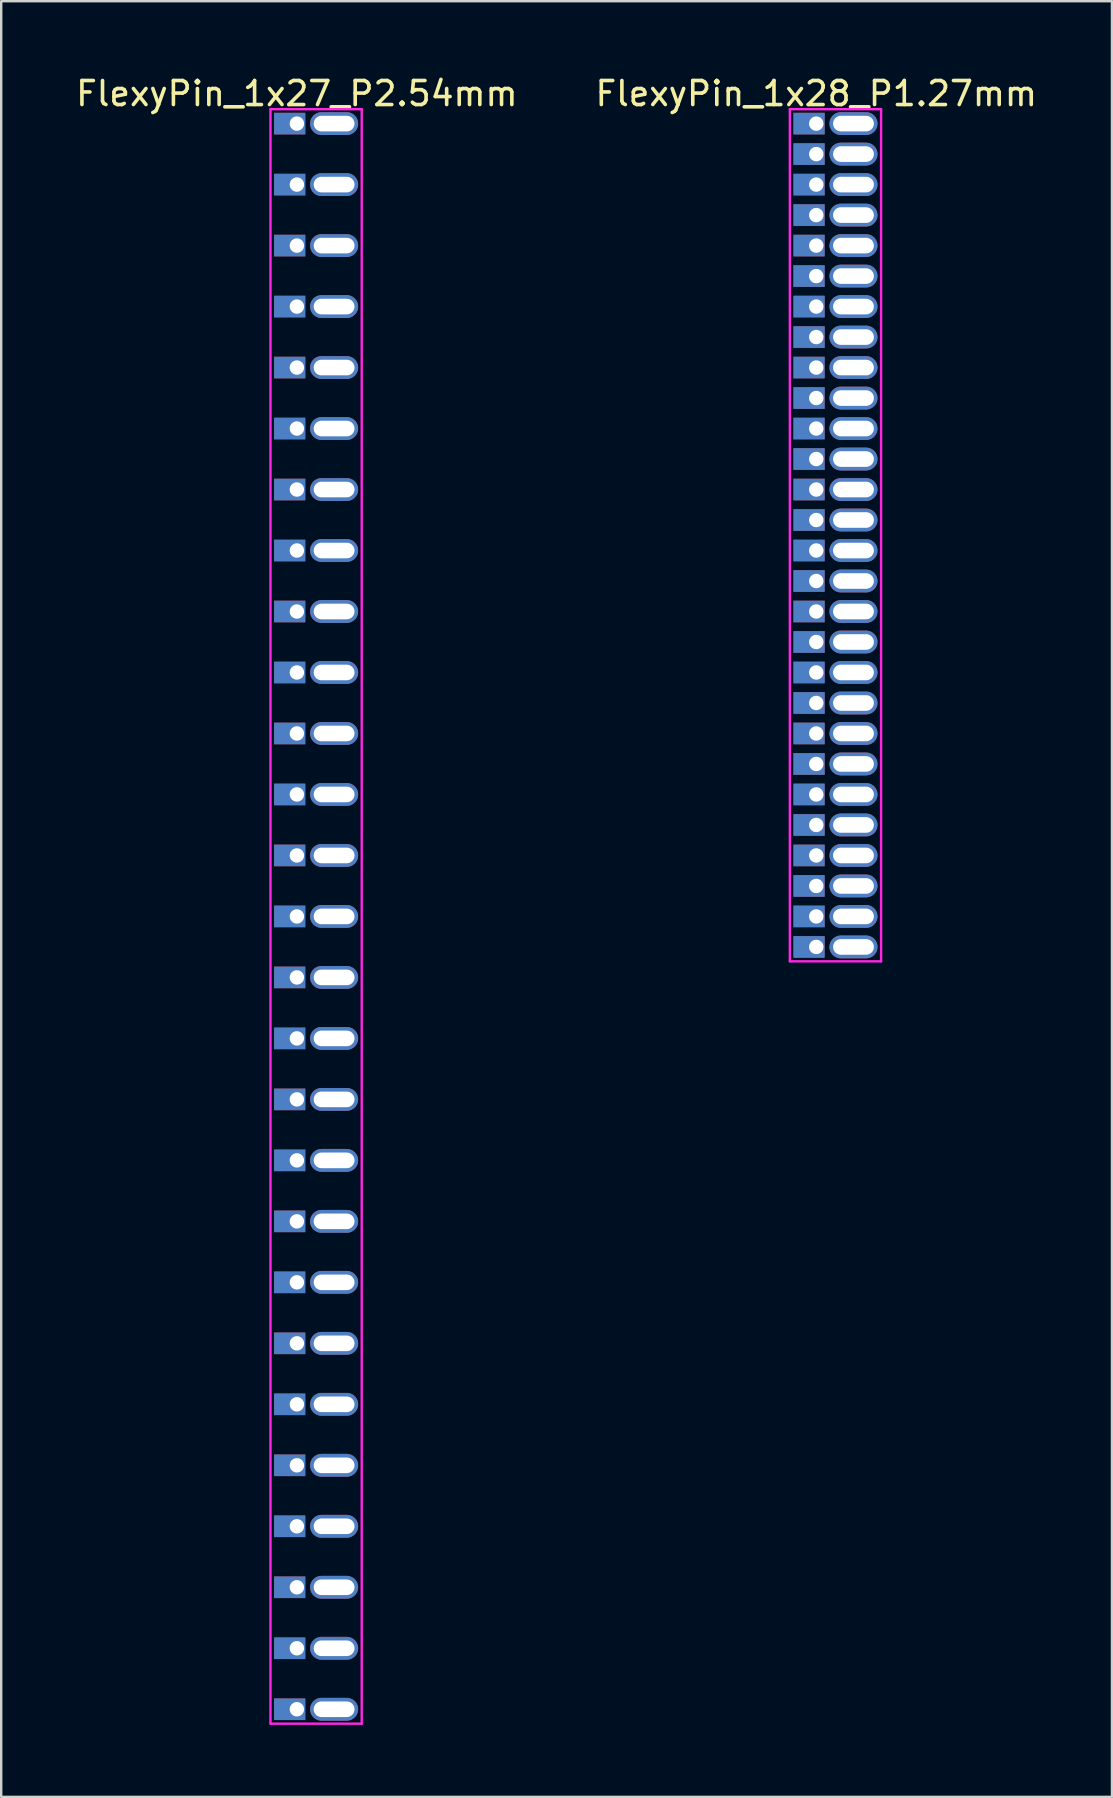
<source format=kicad_pcb>
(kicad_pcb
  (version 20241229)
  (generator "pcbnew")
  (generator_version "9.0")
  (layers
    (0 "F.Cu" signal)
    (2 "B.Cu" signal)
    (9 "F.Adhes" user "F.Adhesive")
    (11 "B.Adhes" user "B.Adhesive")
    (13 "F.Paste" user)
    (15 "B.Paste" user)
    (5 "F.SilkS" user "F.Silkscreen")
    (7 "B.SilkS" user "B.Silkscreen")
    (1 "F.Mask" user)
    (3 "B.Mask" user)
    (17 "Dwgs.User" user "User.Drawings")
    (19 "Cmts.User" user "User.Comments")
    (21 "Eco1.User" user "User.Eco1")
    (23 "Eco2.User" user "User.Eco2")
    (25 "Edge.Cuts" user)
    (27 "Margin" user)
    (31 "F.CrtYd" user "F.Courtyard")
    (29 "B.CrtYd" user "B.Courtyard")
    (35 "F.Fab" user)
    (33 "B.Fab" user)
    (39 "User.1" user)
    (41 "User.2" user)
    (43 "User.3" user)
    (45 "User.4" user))
  (footprint "FlexyPin_1x28_P1.27mm"
    (layer "F.Cu")
    (at 30.946 2.098)
    (property "Reference" "FlexyPin_1x28_P1.27mm" (at 0 -1.25 0) (layer "F.SilkS") (effects (font (size 1 1) (thickness 0.15))))
    (attr through_hole)
    (fp_line (start -1.1 -0.6) (end 2.7 -0.6) (stroke (width 0.1) (type solid)) (layer "F.CrtYd"))
    (fp_line (start -1.1 34.89) (end -1.1 -0.6) (stroke (width 0.1) (type solid)) (layer "F.CrtYd"))
    (fp_line (start 2.7 -0.6) (end 2.7 34.89) (stroke (width 0.1) (type solid)) (layer "F.CrtYd"))
    (fp_line (start 2.7 34.89) (end -1.1 34.89) (stroke (width 0.1) (type solid)) (layer "F.CrtYd"))
    (pad "" thru_hole oval (at 1.55 0) (size 2 0.95) (drill oval 1.7 0.65) (layers "*.Cu" "*.Mask"))
    (pad "" thru_hole oval (at 1.55 1.27) (size 2 0.95) (drill oval 1.7 0.65) (layers "*.Cu" "*.Mask"))
    (pad "" thru_hole oval (at 1.55 2.54) (size 2 0.95) (drill oval 1.7 0.65) (layers "*.Cu" "*.Mask"))
    (pad "" thru_hole oval (at 1.55 3.81) (size 2 0.95) (drill oval 1.7 0.65) (layers "*.Cu" "*.Mask"))
    (pad "" thru_hole oval (at 1.55 5.08) (size 2 0.95) (drill oval 1.7 0.65) (layers "*.Cu" "*.Mask"))
    (pad "" thru_hole oval (at 1.55 6.35) (size 2 0.95) (drill oval 1.7 0.65) (layers "*.Cu" "*.Mask"))
    (pad "" thru_hole oval (at 1.55 7.62) (size 2 0.95) (drill oval 1.7 0.65) (layers "*.Cu" "*.Mask"))
    (pad "" thru_hole oval (at 1.55 8.89) (size 2 0.95) (drill oval 1.7 0.65) (layers "*.Cu" "*.Mask"))
    (pad "" thru_hole oval (at 1.55 10.16) (size 2 0.95) (drill oval 1.7 0.65) (layers "*.Cu" "*.Mask"))
    (pad "" thru_hole oval (at 1.55 11.43) (size 2 0.95) (drill oval 1.7 0.65) (layers "*.Cu" "*.Mask"))
    (pad "" thru_hole oval (at 1.55 12.7) (size 2 0.95) (drill oval 1.7 0.65) (layers "*.Cu" "*.Mask"))
    (pad "" thru_hole oval (at 1.55 13.97) (size 2 0.95) (drill oval 1.7 0.65) (layers "*.Cu" "*.Mask"))
    (pad "" thru_hole oval (at 1.55 15.24) (size 2 0.95) (drill oval 1.7 0.65) (layers "*.Cu" "*.Mask"))
    (pad "" thru_hole oval (at 1.55 16.51) (size 2 0.95) (drill oval 1.7 0.65) (layers "*.Cu" "*.Mask"))
    (pad "" thru_hole oval (at 1.55 17.78) (size 2 0.95) (drill oval 1.7 0.65) (layers "*.Cu" "*.Mask"))
    (pad "" thru_hole oval (at 1.55 19.05) (size 2 0.95) (drill oval 1.7 0.65) (layers "*.Cu" "*.Mask"))
    (pad "" thru_hole oval (at 1.55 20.32) (size 2 0.95) (drill oval 1.7 0.65) (layers "*.Cu" "*.Mask"))
    (pad "" thru_hole oval (at 1.55 21.59) (size 2 0.95) (drill oval 1.7 0.65) (layers "*.Cu" "*.Mask"))
    (pad "" thru_hole oval (at 1.55 22.86) (size 2 0.95) (drill oval 1.7 0.65) (layers "*.Cu" "*.Mask"))
    (pad "" thru_hole oval (at 1.55 24.13) (size 2 0.95) (drill oval 1.7 0.65) (layers "*.Cu" "*.Mask"))
    (pad "" thru_hole oval (at 1.55 25.4) (size 2 0.95) (drill oval 1.7 0.65) (layers "*.Cu" "*.Mask"))
    (pad "" thru_hole oval (at 1.55 26.67) (size 2 0.95) (drill oval 1.7 0.65) (layers "*.Cu" "*.Mask"))
    (pad "" thru_hole oval (at 1.55 27.94) (size 2 0.95) (drill oval 1.7 0.65) (layers "*.Cu" "*.Mask"))
    (pad "" thru_hole oval (at 1.55 29.21) (size 2 0.95) (drill oval 1.7 0.65) (layers "*.Cu" "*.Mask"))
    (pad "" thru_hole oval (at 1.55 30.48) (size 2 0.95) (drill oval 1.7 0.65) (layers "*.Cu" "*.Mask"))
    (pad "" thru_hole oval (at 1.55 31.75) (size 2 0.95) (drill oval 1.7 0.65) (layers "*.Cu" "*.Mask"))
    (pad "" thru_hole oval (at 1.55 33.02) (size 2 0.95) (drill oval 1.7 0.65) (layers "*.Cu" "*.Mask"))
    (pad "" thru_hole oval (at 1.55 34.29) (size 2 0.95) (drill oval 1.7 0.65) (layers "*.Cu" "*.Mask"))
    (pad "1" thru_hole rect (at 0 0) (size 1.3 0.9) (drill 0.6 (offset -0.3 0)) (layers "*.Cu" "*.Mask"))
    (pad "2" thru_hole rect (at 0 1.27) (size 1.3 0.9) (drill 0.6 (offset -0.3 0)) (layers "*.Cu" "*.Mask"))
    (pad "3" thru_hole rect (at 0 2.54) (size 1.3 0.9) (drill 0.6 (offset -0.3 0)) (layers "*.Cu" "*.Mask"))
    (pad "4" thru_hole rect (at 0 3.81) (size 1.3 0.9) (drill 0.6 (offset -0.3 0)) (layers "*.Cu" "*.Mask"))
    (pad "5" thru_hole rect (at 0 5.08) (size 1.3 0.9) (drill 0.6 (offset -0.3 0)) (layers "*.Cu" "*.Mask"))
    (pad "6" thru_hole rect (at 0 6.35) (size 1.3 0.9) (drill 0.6 (offset -0.3 0)) (layers "*.Cu" "*.Mask"))
    (pad "7" thru_hole rect (at 0 7.62) (size 1.3 0.9) (drill 0.6 (offset -0.3 0)) (layers "*.Cu" "*.Mask"))
    (pad "8" thru_hole rect (at 0 8.89) (size 1.3 0.9) (drill 0.6 (offset -0.3 0)) (layers "*.Cu" "*.Mask"))
    (pad "9" thru_hole rect (at 0 10.16) (size 1.3 0.9) (drill 0.6 (offset -0.3 0)) (layers "*.Cu" "*.Mask"))
    (pad "10" thru_hole rect (at 0 11.43) (size 1.3 0.9) (drill 0.6 (offset -0.3 0)) (layers "*.Cu" "*.Mask"))
    (pad "11" thru_hole rect (at 0 12.7) (size 1.3 0.9) (drill 0.6 (offset -0.3 0)) (layers "*.Cu" "*.Mask"))
    (pad "12" thru_hole rect (at 0 13.97) (size 1.3 0.9) (drill 0.6 (offset -0.3 0)) (layers "*.Cu" "*.Mask"))
    (pad "13" thru_hole rect (at 0 15.24) (size 1.3 0.9) (drill 0.6 (offset -0.3 0)) (layers "*.Cu" "*.Mask"))
    (pad "14" thru_hole rect (at 0 16.51) (size 1.3 0.9) (drill 0.6 (offset -0.3 0)) (layers "*.Cu" "*.Mask"))
    (pad "15" thru_hole rect (at 0 17.78) (size 1.3 0.9) (drill 0.6 (offset -0.3 0)) (layers "*.Cu" "*.Mask"))
    (pad "16" thru_hole rect (at 0 19.05) (size 1.3 0.9) (drill 0.6 (offset -0.3 0)) (layers "*.Cu" "*.Mask"))
    (pad "17" thru_hole rect (at 0 20.32) (size 1.3 0.9) (drill 0.6 (offset -0.3 0)) (layers "*.Cu" "*.Mask"))
    (pad "18" thru_hole rect (at 0 21.59) (size 1.3 0.9) (drill 0.6 (offset -0.3 0)) (layers "*.Cu" "*.Mask"))
    (pad "19" thru_hole rect (at 0 22.86) (size 1.3 0.9) (drill 0.6 (offset -0.3 0)) (layers "*.Cu" "*.Mask"))
    (pad "20" thru_hole rect (at 0 24.13) (size 1.3 0.9) (drill 0.6 (offset -0.3 0)) (layers "*.Cu" "*.Mask"))
    (pad "21" thru_hole rect (at 0 25.4) (size 1.3 0.9) (drill 0.6 (offset -0.3 0)) (layers "*.Cu" "*.Mask"))
    (pad "22" thru_hole rect (at 0 26.67) (size 1.3 0.9) (drill 0.6 (offset -0.3 0)) (layers "*.Cu" "*.Mask"))
    (pad "23" thru_hole rect (at 0 27.94) (size 1.3 0.9) (drill 0.6 (offset -0.3 0)) (layers "*.Cu" "*.Mask"))
    (pad "24" thru_hole rect (at 0 29.21) (size 1.3 0.9) (drill 0.6 (offset -0.3 0)) (layers "*.Cu" "*.Mask"))
    (pad "25" thru_hole rect (at 0 30.48) (size 1.3 0.9) (drill 0.6 (offset -0.3 0)) (layers "*.Cu" "*.Mask"))
    (pad "26" thru_hole rect (at 0 31.75) (size 1.3 0.9) (drill 0.6 (offset -0.3 0)) (layers "*.Cu" "*.Mask"))
    (pad "27" thru_hole rect (at 0 33.02) (size 1.3 0.9) (drill 0.6 (offset -0.3 0)) (layers "*.Cu" "*.Mask"))
    (pad "28" thru_hole rect (at 0 34.29) (size 1.3 0.9) (drill 0.6 (offset -0.3 0)) (layers "*.Cu" "*.Mask")))
  (footprint "FlexyPin_1x27_P2.54mm"
    (layer "F.Cu")
    (at 9.315 2.098)
    (property "Reference" "FlexyPin_1x27_P2.54mm" (at 0 -1.25 0) (layer "F.SilkS") (effects (font (size 1 1) (thickness 0.15))))
    (attr through_hole)
    (fp_line (start -1.1 -0.6) (end 2.7 -0.6) (stroke (width 0.1) (type solid)) (layer "F.CrtYd"))
    (fp_line (start -1.1 66.64) (end -1.1 -0.6) (stroke (width 0.1) (type solid)) (layer "F.CrtYd"))
    (fp_line (start 2.7 -0.6) (end 2.7 66.64) (stroke (width 0.1) (type solid)) (layer "F.CrtYd"))
    (fp_line (start 2.7 66.64) (end -1.1 66.64) (stroke (width 0.1) (type solid)) (layer "F.CrtYd"))
    (pad "" thru_hole oval (at 1.55 0) (size 2 0.95) (drill oval 1.7 0.65) (layers "*.Cu" "*.Mask"))
    (pad "" thru_hole oval (at 1.55 2.54) (size 2 0.95) (drill oval 1.7 0.65) (layers "*.Cu" "*.Mask"))
    (pad "" thru_hole oval (at 1.55 5.08) (size 2 0.95) (drill oval 1.7 0.65) (layers "*.Cu" "*.Mask"))
    (pad "" thru_hole oval (at 1.55 7.62) (size 2 0.95) (drill oval 1.7 0.65) (layers "*.Cu" "*.Mask"))
    (pad "" thru_hole oval (at 1.55 10.16) (size 2 0.95) (drill oval 1.7 0.65) (layers "*.Cu" "*.Mask"))
    (pad "" thru_hole oval (at 1.55 12.7) (size 2 0.95) (drill oval 1.7 0.65) (layers "*.Cu" "*.Mask"))
    (pad "" thru_hole oval (at 1.55 15.24) (size 2 0.95) (drill oval 1.7 0.65) (layers "*.Cu" "*.Mask"))
    (pad "" thru_hole oval (at 1.55 17.78) (size 2 0.95) (drill oval 1.7 0.65) (layers "*.Cu" "*.Mask"))
    (pad "" thru_hole oval (at 1.55 20.32) (size 2 0.95) (drill oval 1.7 0.65) (layers "*.Cu" "*.Mask"))
    (pad "" thru_hole oval (at 1.55 22.86) (size 2 0.95) (drill oval 1.7 0.65) (layers "*.Cu" "*.Mask"))
    (pad "" thru_hole oval (at 1.55 25.4) (size 2 0.95) (drill oval 1.7 0.65) (layers "*.Cu" "*.Mask"))
    (pad "" thru_hole oval (at 1.55 27.94) (size 2 0.95) (drill oval 1.7 0.65) (layers "*.Cu" "*.Mask"))
    (pad "" thru_hole oval (at 1.55 30.48) (size 2 0.95) (drill oval 1.7 0.65) (layers "*.Cu" "*.Mask"))
    (pad "" thru_hole oval (at 1.55 33.02) (size 2 0.95) (drill oval 1.7 0.65) (layers "*.Cu" "*.Mask"))
    (pad "" thru_hole oval (at 1.55 35.56) (size 2 0.95) (drill oval 1.7 0.65) (layers "*.Cu" "*.Mask"))
    (pad "" thru_hole oval (at 1.55 38.1) (size 2 0.95) (drill oval 1.7 0.65) (layers "*.Cu" "*.Mask"))
    (pad "" thru_hole oval (at 1.55 40.64) (size 2 0.95) (drill oval 1.7 0.65) (layers "*.Cu" "*.Mask"))
    (pad "" thru_hole oval (at 1.55 43.18) (size 2 0.95) (drill oval 1.7 0.65) (layers "*.Cu" "*.Mask"))
    (pad "" thru_hole oval (at 1.55 45.72) (size 2 0.95) (drill oval 1.7 0.65) (layers "*.Cu" "*.Mask"))
    (pad "" thru_hole oval (at 1.55 48.26) (size 2 0.95) (drill oval 1.7 0.65) (layers "*.Cu" "*.Mask"))
    (pad "" thru_hole oval (at 1.55 50.8) (size 2 0.95) (drill oval 1.7 0.65) (layers "*.Cu" "*.Mask"))
    (pad "" thru_hole oval (at 1.55 53.34) (size 2 0.95) (drill oval 1.7 0.65) (layers "*.Cu" "*.Mask"))
    (pad "" thru_hole oval (at 1.55 55.88) (size 2 0.95) (drill oval 1.7 0.65) (layers "*.Cu" "*.Mask"))
    (pad "" thru_hole oval (at 1.55 58.42) (size 2 0.95) (drill oval 1.7 0.65) (layers "*.Cu" "*.Mask"))
    (pad "" thru_hole oval (at 1.55 60.96) (size 2 0.95) (drill oval 1.7 0.65) (layers "*.Cu" "*.Mask"))
    (pad "" thru_hole oval (at 1.55 63.5) (size 2 0.95) (drill oval 1.7 0.65) (layers "*.Cu" "*.Mask"))
    (pad "" thru_hole oval (at 1.55 66.04) (size 2 0.95) (drill oval 1.7 0.65) (layers "*.Cu" "*.Mask"))
    (pad "1" thru_hole rect (at 0 0) (size 1.3 0.9) (drill 0.6 (offset -0.3 0)) (layers "*.Cu" "*.Mask"))
    (pad "2" thru_hole rect (at 0 2.54) (size 1.3 0.9) (drill 0.6 (offset -0.3 0)) (layers "*.Cu" "*.Mask"))
    (pad "3" thru_hole rect (at 0 5.08) (size 1.3 0.9) (drill 0.6 (offset -0.3 0)) (layers "*.Cu" "*.Mask"))
    (pad "4" thru_hole rect (at 0 7.62) (size 1.3 0.9) (drill 0.6 (offset -0.3 0)) (layers "*.Cu" "*.Mask"))
    (pad "5" thru_hole rect (at 0 10.16) (size 1.3 0.9) (drill 0.6 (offset -0.3 0)) (layers "*.Cu" "*.Mask"))
    (pad "6" thru_hole rect (at 0 12.7) (size 1.3 0.9) (drill 0.6 (offset -0.3 0)) (layers "*.Cu" "*.Mask"))
    (pad "7" thru_hole rect (at 0 15.24) (size 1.3 0.9) (drill 0.6 (offset -0.3 0)) (layers "*.Cu" "*.Mask"))
    (pad "8" thru_hole rect (at 0 17.78) (size 1.3 0.9) (drill 0.6 (offset -0.3 0)) (layers "*.Cu" "*.Mask"))
    (pad "9" thru_hole rect (at 0 20.32) (size 1.3 0.9) (drill 0.6 (offset -0.3 0)) (layers "*.Cu" "*.Mask"))
    (pad "10" thru_hole rect (at 0 22.86) (size 1.3 0.9) (drill 0.6 (offset -0.3 0)) (layers "*.Cu" "*.Mask"))
    (pad "11" thru_hole rect (at 0 25.4) (size 1.3 0.9) (drill 0.6 (offset -0.3 0)) (layers "*.Cu" "*.Mask"))
    (pad "12" thru_hole rect (at 0 27.94) (size 1.3 0.9) (drill 0.6 (offset -0.3 0)) (layers "*.Cu" "*.Mask"))
    (pad "13" thru_hole rect (at 0 30.48) (size 1.3 0.9) (drill 0.6 (offset -0.3 0)) (layers "*.Cu" "*.Mask"))
    (pad "14" thru_hole rect (at 0 33.02) (size 1.3 0.9) (drill 0.6 (offset -0.3 0)) (layers "*.Cu" "*.Mask"))
    (pad "15" thru_hole rect (at 0 35.56) (size 1.3 0.9) (drill 0.6 (offset -0.3 0)) (layers "*.Cu" "*.Mask"))
    (pad "16" thru_hole rect (at 0 38.1) (size 1.3 0.9) (drill 0.6 (offset -0.3 0)) (layers "*.Cu" "*.Mask"))
    (pad "17" thru_hole rect (at 0 40.64) (size 1.3 0.9) (drill 0.6 (offset -0.3 0)) (layers "*.Cu" "*.Mask"))
    (pad "18" thru_hole rect (at 0 43.18) (size 1.3 0.9) (drill 0.6 (offset -0.3 0)) (layers "*.Cu" "*.Mask"))
    (pad "19" thru_hole rect (at 0 45.72) (size 1.3 0.9) (drill 0.6 (offset -0.3 0)) (layers "*.Cu" "*.Mask"))
    (pad "20" thru_hole rect (at 0 48.26) (size 1.3 0.9) (drill 0.6 (offset -0.3 0)) (layers "*.Cu" "*.Mask"))
    (pad "21" thru_hole rect (at 0 50.8) (size 1.3 0.9) (drill 0.6 (offset -0.3 0)) (layers "*.Cu" "*.Mask"))
    (pad "22" thru_hole rect (at 0 53.34) (size 1.3 0.9) (drill 0.6 (offset -0.3 0)) (layers "*.Cu" "*.Mask"))
    (pad "23" thru_hole rect (at 0 55.88) (size 1.3 0.9) (drill 0.6 (offset -0.3 0)) (layers "*.Cu" "*.Mask"))
    (pad "24" thru_hole rect (at 0 58.42) (size 1.3 0.9) (drill 0.6 (offset -0.3 0)) (layers "*.Cu" "*.Mask"))
    (pad "25" thru_hole rect (at 0 60.96) (size 1.3 0.9) (drill 0.6 (offset -0.3 0)) (layers "*.Cu" "*.Mask"))
    (pad "26" thru_hole rect (at 0 63.5) (size 1.3 0.9) (drill 0.6 (offset -0.3 0)) (layers "*.Cu" "*.Mask"))
    (pad "27" thru_hole rect (at 0 66.04) (size 1.3 0.9) (drill 0.6 (offset -0.3 0)) (layers "*.Cu" "*.Mask")))
  (gr_rect
    (start -3 -3)
    (end 43.262 71.788)
    (stroke (width 0.1) (type default))
    (fill no)
    (layer "Edge.Cuts")))
</source>
